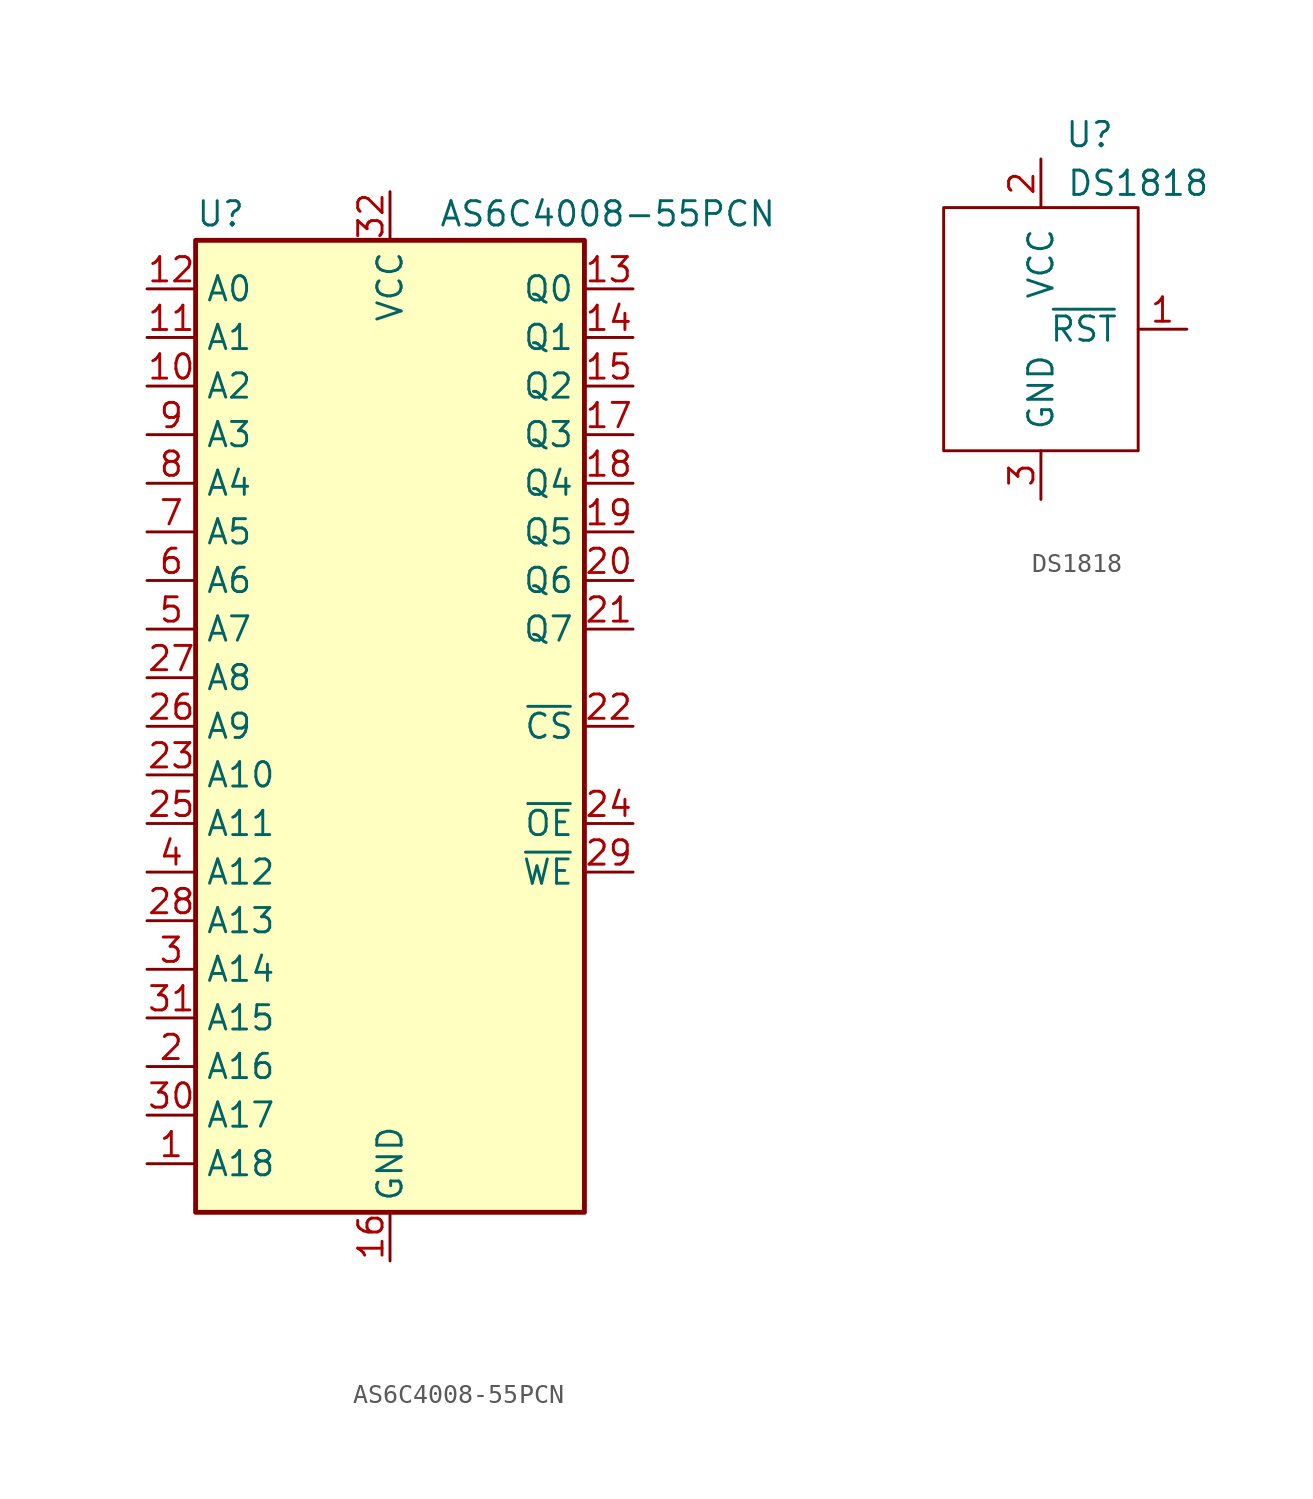
<source format=kicad_sym>
(kicad_symbol_lib
  (version 20220914)
  (generator kicad_symbol_editor)
  (symbol "AS6C4008-55PCN"
    (property "Reference" "U"
      (at -10.16 20.955 0)
      (effects (font (size 1.27 1.27)) (justify left bottom)))
    (property "Value" "AS6C4008-55PCN"
      (at 2.54 20.955 0)
      (effects (font (size 1.27 1.27)) (justify left bottom)))
    (symbol "AS6C4008-55PCN_0_0"
      (pin power_in line (at 0 -33.02 90) (length 2.54) (name "GND" (effects (font (size 1.27 1.27)))) (number "16" (effects (font (size 1.27 1.27)))))
      (pin power_in line (at 0 22.86 270) (length 2.54) (name "VCC" (effects (font (size 1.27 1.27)))) (number "32" (effects (font (size 1.27 1.27))))))
    (symbol "AS6C4008-55PCN_0_1"
      (rectangle (start -10.16 20.32) (end 10.16 -30.48) (stroke (width 0.254) (type solid)) (fill (type background))))
    (symbol "AS6C4008-55PCN_1_1"
      (pin input line (at -12.7 -27.94 0) (length 2.54) (name "A18" (effects (font (size 1.27 1.27)))) (number "1" (effects (font (size 1.27 1.27)))))
      (pin input line (at -12.7 12.7 0) (length 2.54) (name "A2" (effects (font (size 1.27 1.27)))) (number "10" (effects (font (size 1.27 1.27)))))
      (pin input line (at -12.7 15.24 0) (length 2.54) (name "A1" (effects (font (size 1.27 1.27)))) (number "11" (effects (font (size 1.27 1.27)))))
      (pin input line (at -12.7 17.78 0) (length 2.54) (name "A0" (effects (font (size 1.27 1.27)))) (number "12" (effects (font (size 1.27 1.27)))))
      (pin tri_state line (at 12.7 17.78 180) (length 2.54) (name "Q0" (effects (font (size 1.27 1.27)))) (number "13" (effects (font (size 1.27 1.27)))))
      (pin tri_state line (at 12.7 15.24 180) (length 2.54) (name "Q1" (effects (font (size 1.27 1.27)))) (number "14" (effects (font (size 1.27 1.27)))))
      (pin tri_state line (at 12.7 12.7 180) (length 2.54) (name "Q2" (effects (font (size 1.27 1.27)))) (number "15" (effects (font (size 1.27 1.27)))))
      (pin tri_state line (at 12.7 10.16 180) (length 2.54) (name "Q3" (effects (font (size 1.27 1.27)))) (number "17" (effects (font (size 1.27 1.27)))))
      (pin tri_state line (at 12.7 7.62 180) (length 2.54) (name "Q4" (effects (font (size 1.27 1.27)))) (number "18" (effects (font (size 1.27 1.27)))))
      (pin tri_state line (at 12.7 5.08 180) (length 2.54) (name "Q5" (effects (font (size 1.27 1.27)))) (number "19" (effects (font (size 1.27 1.27)))))
      (pin input line (at -12.7 -22.86 0) (length 2.54) (name "A16" (effects (font (size 1.27 1.27)))) (number "2" (effects (font (size 1.27 1.27)))))
      (pin tri_state line (at 12.7 2.54 180) (length 2.54) (name "Q6" (effects (font (size 1.27 1.27)))) (number "20" (effects (font (size 1.27 1.27)))))
      (pin tri_state line (at 12.7 0 180) (length 2.54) (name "Q7" (effects (font (size 1.27 1.27)))) (number "21" (effects (font (size 1.27 1.27)))))
      (pin input line (at 12.7 -5.08 180) (length 2.54) (name "~{CS}" (effects (font (size 1.27 1.27)))) (number "22" (effects (font (size 1.27 1.27)))))
      (pin input line (at -12.7 -7.62 0) (length 2.54) (name "A10" (effects (font (size 1.27 1.27)))) (number "23" (effects (font (size 1.27 1.27)))))
      (pin input line (at 12.7 -10.16 180) (length 2.54) (name "~{OE}" (effects (font (size 1.27 1.27)))) (number "24" (effects (font (size 1.27 1.27)))))
      (pin input line (at -12.7 -10.16 0) (length 2.54) (name "A11" (effects (font (size 1.27 1.27)))) (number "25" (effects (font (size 1.27 1.27)))))
      (pin input line (at -12.7 -5.08 0) (length 2.54) (name "A9" (effects (font (size 1.27 1.27)))) (number "26" (effects (font (size 1.27 1.27)))))
      (pin input line (at -12.7 -2.54 0) (length 2.54) (name "A8" (effects (font (size 1.27 1.27)))) (number "27" (effects (font (size 1.27 1.27)))))
      (pin input line (at -12.7 -15.24 0) (length 2.54) (name "A13" (effects (font (size 1.27 1.27)))) (number "28" (effects (font (size 1.27 1.27)))))
      (pin input line (at 12.7 -12.7 180) (length 2.54) (name "~{WE}" (effects (font (size 1.27 1.27)))) (number "29" (effects (font (size 1.27 1.27)))))
      (pin input line (at -12.7 -17.78 0) (length 2.54) (name "A14" (effects (font (size 1.27 1.27)))) (number "3" (effects (font (size 1.27 1.27)))))
      (pin input line (at -12.7 -25.4 0) (length 2.54) (name "A17" (effects (font (size 1.27 1.27)))) (number "30" (effects (font (size 1.27 1.27)))))
      (pin input line (at -12.7 -20.32 0) (length 2.54) (name "A15" (effects (font (size 1.27 1.27)))) (number "31" (effects (font (size 1.27 1.27)))))
      (pin input line (at -12.7 -12.7 0) (length 2.54) (name "A12" (effects (font (size 1.27 1.27)))) (number "4" (effects (font (size 1.27 1.27)))))
      (pin input line (at -12.7 0 0) (length 2.54) (name "A7" (effects (font (size 1.27 1.27)))) (number "5" (effects (font (size 1.27 1.27)))))
      (pin input line (at -12.7 2.54 0) (length 2.54) (name "A6" (effects (font (size 1.27 1.27)))) (number "6" (effects (font (size 1.27 1.27)))))
      (pin input line (at -12.7 5.08 0) (length 2.54) (name "A5" (effects (font (size 1.27 1.27)))) (number "7" (effects (font (size 1.27 1.27)))))
      (pin input line (at -12.7 7.62 0) (length 2.54) (name "A4" (effects (font (size 1.27 1.27)))) (number "8" (effects (font (size 1.27 1.27)))))
      (pin input line (at -12.7 10.16 0) (length 2.54) (name "A3" (effects (font (size 1.27 1.27)))) (number "9" (effects (font (size 1.27 1.27)))))))
  (symbol "DS1818"
    (pin_names
      (offset 1.016))
    (property "Reference" "U"
      (at 2.54 10.16 0)
      (effects (font (size 1.27 1.27))))
    (property "Value" "DS1818"
      (at 5.08 7.62 0)
      (effects (font (size 1.27 1.27))))
    (symbol "DS1818_0_1"
      (rectangle (start 5.08 6.35) (end -5.08 -6.35) (stroke (width 0) (type solid)) (fill (type none))))
    (symbol "DS1818_1_1"
      (pin bidirectional line (at 7.62 0 180) (length 2.54) (name "~{RST}" (effects (font (size 1.27 1.27)))) (number "1" (effects (font (size 1.27 1.27)))))
      (pin power_in line (at 0 8.89 270) (length 2.54) (name "VCC" (effects (font (size 1.27 1.27)))) (number "2" (effects (font (size 1.27 1.27)))))
      (pin power_in line (at 0 -8.89 90) (length 2.54) (name "GND" (effects (font (size 1.27 1.27)))) (number "3" (effects (font (size 1.27 1.27))))))))
</source>
